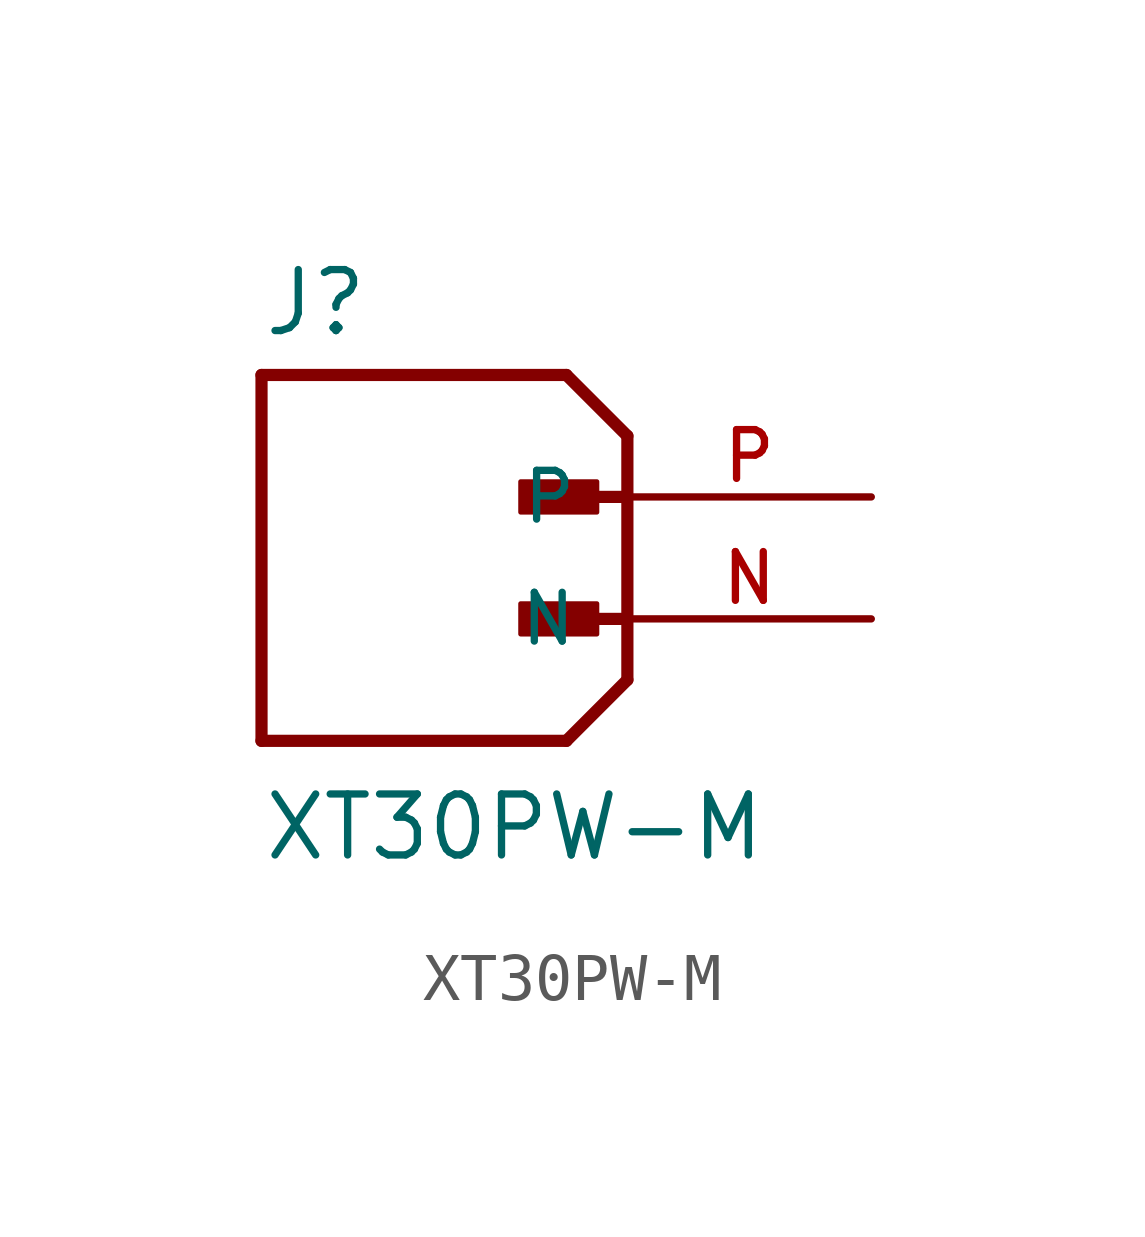
<source format=kicad_sym>
(kicad_symbol_lib
  (version 20211014)
  (generator kicad_symbol_editor)
  (symbol "XT30PW-M"
    (pin_names
      (offset 1.016))
    (property "Reference" "J"
      (at -7.62 3.302 0)
      (effects (font (size 1.27 1.27)) (justify bottom left)))
    (property "Value" "XT30PW-M"
      (at -7.62 -7.62 0)
      (effects (font (size 1.27 1.27)) (justify bottom left)))
    (symbol "XT30PW-M_0_0"
      (polyline (pts (xy 0.0 1.27) (xy -1.27 2.54)) (stroke (width 0.254)))
      (polyline (pts (xy 0.0 1.27) (xy 0.0 -3.81)) (stroke (width 0.254)))
      (polyline (pts (xy 0.0 -3.81) (xy -1.27 -5.08)) (stroke (width 0.254)))
      (polyline (pts (xy -1.27 -5.08) (xy -7.62 -5.08)) (stroke (width 0.254)))
      (polyline (pts (xy -7.62 -5.08) (xy -7.62 2.54)) (stroke (width 0.254)))
      (polyline (pts (xy -7.62 2.54) (xy -1.27 2.54)) (stroke (width 0.254)))
      (polyline (pts (xy 0.0 0.0) (xy -1.905 0.0)) (stroke (width 0.254)))
      (rectangle (start -2.223 -0.318) (end -0.635 0.318) (stroke (width 0.1)) (fill (type outline)))
      (polyline (pts (xy 0.0 -2.54) (xy -1.905 -2.54)) (stroke (width 0.254)))
      (rectangle (start -2.223 -2.857) (end -0.635 -2.223) (stroke (width 0.1)) (fill (type outline)))
      (pin power_in line (at 5.08 0.0 180.0) (length 5.08) (name "P" (effects (font (size 1.016 1.016)))) (number "P" (effects (font (size 1.016 1.016)))))
      (pin power_in line (at 5.08 -2.54 180.0) (length 5.08) (name "N" (effects (font (size 1.016 1.016)))) (number "N" (effects (font (size 1.016 1.016))))))))
</source>
